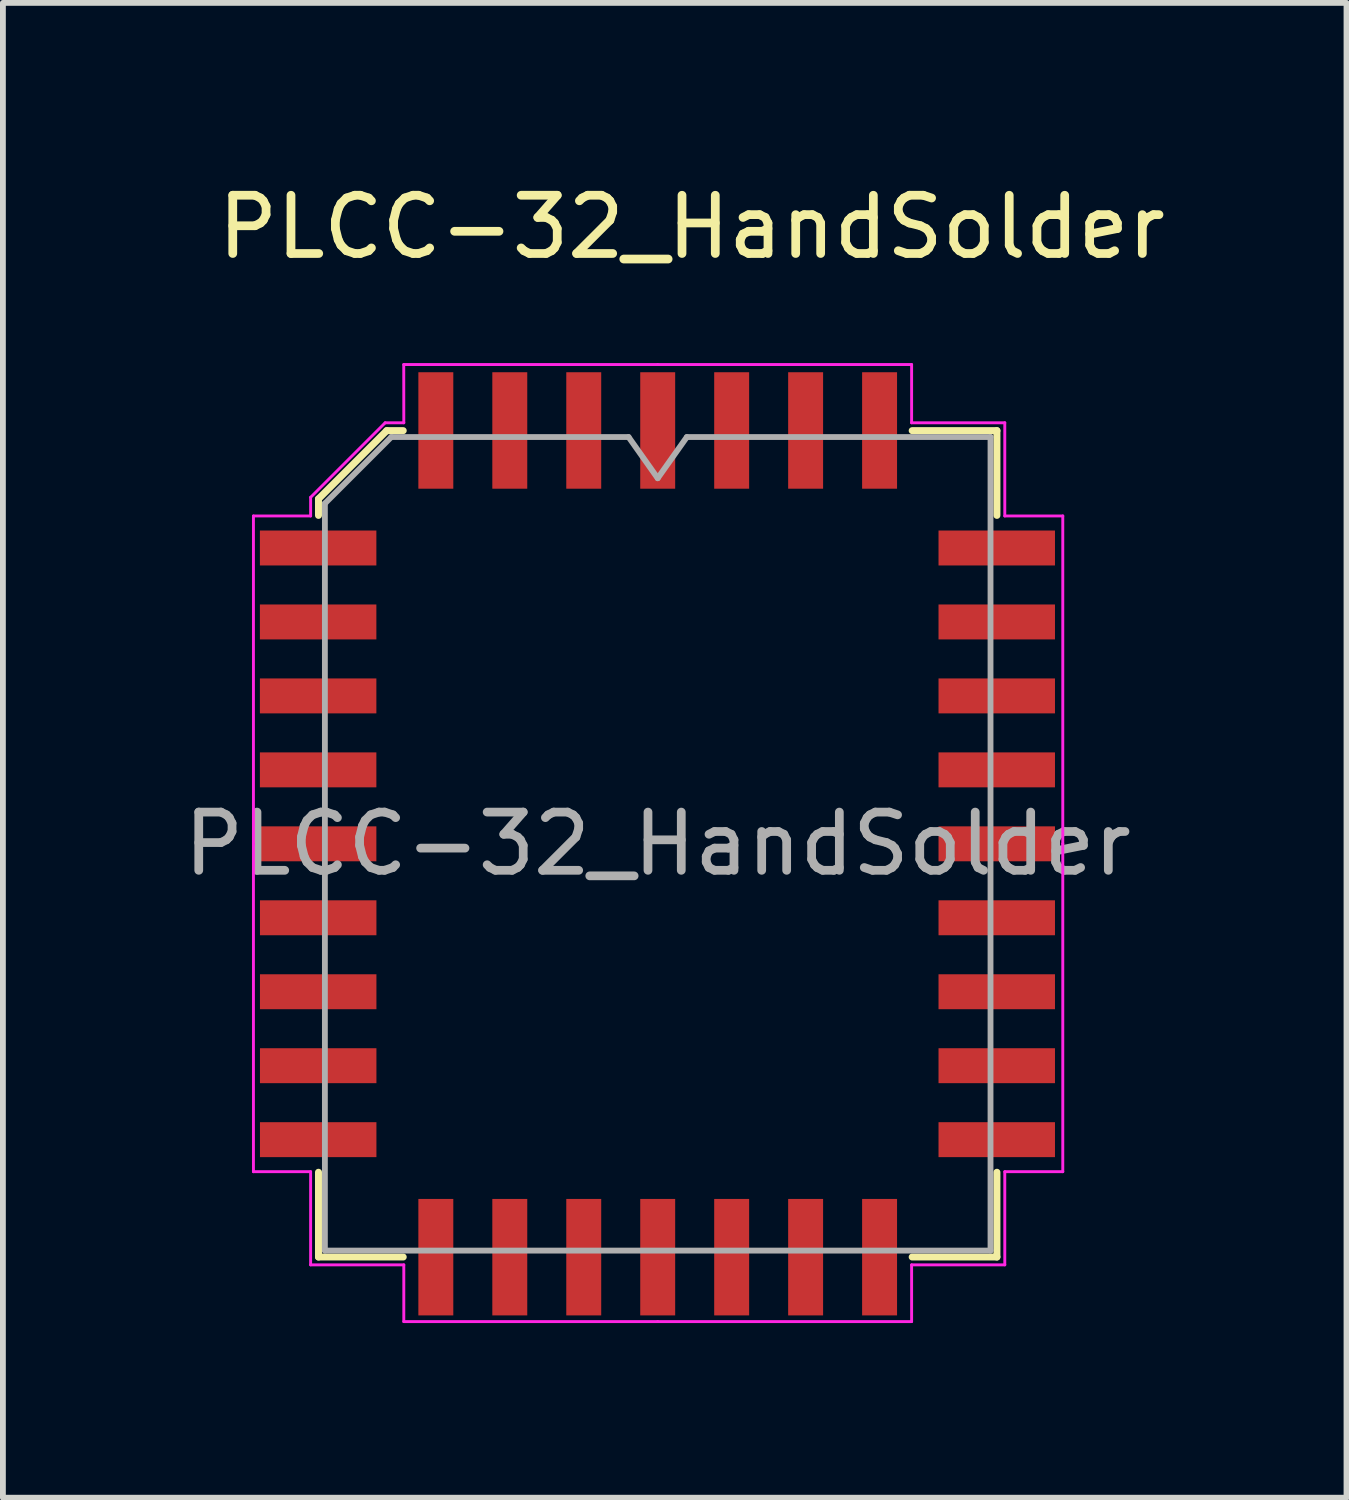
<source format=kicad_pcb>
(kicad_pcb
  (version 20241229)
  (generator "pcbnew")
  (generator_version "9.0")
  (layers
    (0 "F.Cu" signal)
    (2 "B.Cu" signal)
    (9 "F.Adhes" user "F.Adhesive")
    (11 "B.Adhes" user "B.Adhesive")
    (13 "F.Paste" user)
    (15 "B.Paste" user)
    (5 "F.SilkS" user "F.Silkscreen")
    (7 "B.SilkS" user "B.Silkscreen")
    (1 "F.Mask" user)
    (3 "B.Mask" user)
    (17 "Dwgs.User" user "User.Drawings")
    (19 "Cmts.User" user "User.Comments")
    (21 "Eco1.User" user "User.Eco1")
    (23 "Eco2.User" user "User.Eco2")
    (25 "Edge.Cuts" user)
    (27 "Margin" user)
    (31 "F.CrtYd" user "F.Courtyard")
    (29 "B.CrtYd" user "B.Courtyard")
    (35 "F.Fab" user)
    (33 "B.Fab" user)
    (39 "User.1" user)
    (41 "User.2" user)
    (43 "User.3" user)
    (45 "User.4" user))
  (footprint "PLCC-32_HandSolder"
    (layer "F.Cu")
    (at 8.244 11.44)
    (property "Reference" "PLCC-32_HandSolder" (at 0.584 -10.592 0) (layer "F.SilkS") (effects (font (size 1 1) (thickness 0.15))))
    (attr smd)
    (fp_line (start -5.825 -5.923) (end -5.825 -5.64) (stroke (width 0.12) (type solid)) (layer "F.SilkS"))
    (fp_line (start -5.825 7.095) (end -5.825 5.64) (stroke (width 0.12) (type solid)) (layer "F.SilkS"))
    (fp_line (start -4.653 -7.095) (end -5.825 -5.923) (stroke (width 0.12) (type solid)) (layer "F.SilkS"))
    (fp_line (start -4.37 -7.095) (end -4.653 -7.095) (stroke (width 0.12) (type solid)) (layer "F.SilkS"))
    (fp_line (start -4.37 7.095) (end -5.825 7.095) (stroke (width 0.12) (type solid)) (layer "F.SilkS"))
    (fp_line (start 4.37 -7.095) (end 5.825 -7.095) (stroke (width 0.12) (type solid)) (layer "F.SilkS"))
    (fp_line (start 4.37 7.095) (end 5.825 7.095) (stroke (width 0.12) (type solid)) (layer "F.SilkS"))
    (fp_line (start 5.825 -7.095) (end 5.825 -5.64) (stroke (width 0.12) (type solid)) (layer "F.SilkS"))
    (fp_line (start 5.825 7.095) (end 5.825 5.64) (stroke (width 0.12) (type solid)) (layer "F.SilkS"))
    (fp_line (start -6.942 -5.63) (end -6.942 0) (stroke (width 0.05) (type solid)) (layer "F.CrtYd"))
    (fp_line (start -6.942 5.63) (end -6.942 0) (stroke (width 0.05) (type solid)) (layer "F.CrtYd"))
    (fp_line (start -5.96 -5.95) (end -5.96 -5.63) (stroke (width 0.05) (type solid)) (layer "F.CrtYd"))
    (fp_line (start -5.96 -5.63) (end -6.942 -5.63) (stroke (width 0.05) (type solid)) (layer "F.CrtYd"))
    (fp_line (start -5.96 5.63) (end -6.942 5.63) (stroke (width 0.05) (type solid)) (layer "F.CrtYd"))
    (fp_line (start -5.96 7.23) (end -5.96 5.63) (stroke (width 0.05) (type solid)) (layer "F.CrtYd"))
    (fp_line (start -4.68 -7.23) (end -5.96 -5.95) (stroke (width 0.05) (type solid)) (layer "F.CrtYd"))
    (fp_line (start -4.361 -8.23) (end -4.36 -7.23) (stroke (width 0.05) (type solid)) (layer "F.CrtYd"))
    (fp_line (start -4.36 -7.23) (end -4.68 -7.23) (stroke (width 0.05) (type solid)) (layer "F.CrtYd"))
    (fp_line (start -4.36 7.23) (end -5.96 7.23) (stroke (width 0.05) (type solid)) (layer "F.CrtYd"))
    (fp_line (start -4.36 8.204) (end -4.36 7.23) (stroke (width 0.05) (type solid)) (layer "F.CrtYd"))
    (fp_line (start 0 -8.23) (end -4.361 -8.23) (stroke (width 0.05) (type solid)) (layer "F.CrtYd"))
    (fp_line (start 0 -8.23) (end 4.36 -8.23) (stroke (width 0.05) (type solid)) (layer "F.CrtYd"))
    (fp_line (start 0 8.204) (end -4.36 8.204) (stroke (width 0.05) (type solid)) (layer "F.CrtYd"))
    (fp_line (start 0 8.204) (end 4.36 8.204) (stroke (width 0.05) (type solid)) (layer "F.CrtYd"))
    (fp_line (start 4.36 -8.23) (end 4.36 -7.23) (stroke (width 0.05) (type solid)) (layer "F.CrtYd"))
    (fp_line (start 4.36 -7.23) (end 5.96 -7.23) (stroke (width 0.05) (type solid)) (layer "F.CrtYd"))
    (fp_line (start 4.36 7.23) (end 5.96 7.23) (stroke (width 0.05) (type solid)) (layer "F.CrtYd"))
    (fp_line (start 4.36 8.204) (end 4.36 7.23) (stroke (width 0.05) (type solid)) (layer "F.CrtYd"))
    (fp_line (start 5.96 -7.23) (end 5.96 -5.63) (stroke (width 0.05) (type solid)) (layer "F.CrtYd"))
    (fp_line (start 5.96 -5.63) (end 6.956 -5.63) (stroke (width 0.05) (type solid)) (layer "F.CrtYd"))
    (fp_line (start 5.96 5.63) (end 6.956 5.63) (stroke (width 0.05) (type solid)) (layer "F.CrtYd"))
    (fp_line (start 5.96 7.23) (end 5.96 5.63) (stroke (width 0.05) (type solid)) (layer "F.CrtYd"))
    (fp_line (start 6.956 -5.63) (end 6.956 0) (stroke (width 0.05) (type solid)) (layer "F.CrtYd"))
    (fp_line (start 6.956 5.63) (end 6.956 0) (stroke (width 0.05) (type solid)) (layer "F.CrtYd"))
    (fp_line (start -5.715 -5.845) (end -4.575 -6.985) (stroke (width 0.1) (type solid)) (layer "F.Fab"))
    (fp_line (start -5.715 6.985) (end -5.715 -5.845) (stroke (width 0.1) (type solid)) (layer "F.Fab"))
    (fp_line (start -4.575 -6.985) (end -0.5 -6.985) (stroke (width 0.1) (type solid)) (layer "F.Fab"))
    (fp_line (start -0.5 -6.985) (end 0 -6.278) (stroke (width 0.1) (type solid)) (layer "F.Fab"))
    (fp_line (start 0 -6.278) (end 0.5 -6.985) (stroke (width 0.1) (type solid)) (layer "F.Fab"))
    (fp_line (start 0.5 -6.985) (end 5.715 -6.985) (stroke (width 0.1) (type solid)) (layer "F.Fab"))
    (fp_line (start 5.715 -6.985) (end 5.715 6.985) (stroke (width 0.1) (type solid)) (layer "F.Fab"))
    (fp_line (start 5.715 6.985) (end -5.715 6.985) (stroke (width 0.1) (type solid)) (layer "F.Fab"))
    (fp_text user "${REFERENCE}" (at 0 0 0) (layer "F.Fab") (effects (font (size 1 1) (thickness 0.15))))
    (pad "1" smd rect (at 0 -7.098) (size 0.6 2) (layers "F.Cu" "F.Mask" "F.Paste"))
    (pad "2" smd rect (at -1.27 -7.098) (size 0.6 2) (layers "F.Cu" "F.Mask" "F.Paste"))
    (pad "3" smd rect (at -2.54 -7.098) (size 0.6 2) (layers "F.Cu" "F.Mask" "F.Paste"))
    (pad "4" smd rect (at -3.81 -7.098) (size 0.6 2) (layers "F.Cu" "F.Mask" "F.Paste"))
    (pad "5" smd rect (at -5.831 -5.08) (size 2 0.6) (layers "F.Cu" "F.Mask" "F.Paste"))
    (pad "6" smd rect (at -5.831 -3.81) (size 2 0.6) (layers "F.Cu" "F.Mask" "F.Paste"))
    (pad "7" smd rect (at -5.831 -2.54) (size 2 0.6) (layers "F.Cu" "F.Mask" "F.Paste"))
    (pad "8" smd rect (at -5.831 -1.27) (size 2 0.6) (layers "F.Cu" "F.Mask" "F.Paste"))
    (pad "9" smd rect (at -5.831 0) (size 2 0.6) (layers "F.Cu" "F.Mask" "F.Paste"))
    (pad "10" smd rect (at -5.83 1.27) (size 2 0.6) (layers "F.Cu" "F.Mask" "F.Paste"))
    (pad "11" smd rect (at -5.83 2.54) (size 2 0.6) (layers "F.Cu" "F.Mask" "F.Paste"))
    (pad "12" smd rect (at -5.83 3.81) (size 2 0.6) (layers "F.Cu" "F.Mask" "F.Paste"))
    (pad "13" smd rect (at -5.83 5.08) (size 2 0.6) (layers "F.Cu" "F.Mask" "F.Paste"))
    (pad "14" smd rect (at -3.81 7.098) (size 0.6 2) (layers "F.Cu" "F.Mask" "F.Paste"))
    (pad "15" smd rect (at -2.54 7.098) (size 0.6 2) (layers "F.Cu" "F.Mask" "F.Paste"))
    (pad "16" smd rect (at -1.27 7.098) (size 0.6 2) (layers "F.Cu" "F.Mask" "F.Paste"))
    (pad "17" smd rect (at 0 7.098) (size 0.6 2) (layers "F.Cu" "F.Mask" "F.Paste"))
    (pad "18" smd rect (at 1.27 7.098) (size 0.6 2) (layers "F.Cu" "F.Mask" "F.Paste"))
    (pad "19" smd rect (at 2.54 7.098) (size 0.6 2) (layers "F.Cu" "F.Mask" "F.Paste"))
    (pad "20" smd rect (at 3.81 7.098) (size 0.6 2) (layers "F.Cu" "F.Mask" "F.Paste"))
    (pad "21" smd rect (at 5.822 5.08) (size 2 0.6) (layers "F.Cu" "F.Mask" "F.Paste"))
    (pad "22" smd rect (at 5.822 3.81) (size 2 0.6) (layers "F.Cu" "F.Mask" "F.Paste"))
    (pad "23" smd rect (at 5.822 2.54) (size 2 0.6) (layers "F.Cu" "F.Mask" "F.Paste"))
    (pad "24" smd rect (at 5.822 1.27) (size 2 0.6) (layers "F.Cu" "F.Mask" "F.Paste"))
    (pad "25" smd rect (at 5.822 0) (size 2 0.6) (layers "F.Cu" "F.Mask" "F.Paste"))
    (pad "26" smd rect (at 5.822 -1.27) (size 2 0.6) (layers "F.Cu" "F.Mask" "F.Paste"))
    (pad "27" smd rect (at 5.822 -2.54) (size 2 0.6) (layers "F.Cu" "F.Mask" "F.Paste"))
    (pad "28" smd rect (at 5.822 -3.81) (size 2 0.6) (layers "F.Cu" "F.Mask" "F.Paste"))
    (pad "29" smd rect (at 5.822 -5.08) (size 2 0.6) (layers "F.Cu" "F.Mask" "F.Paste"))
    (pad "30" smd rect (at 3.81 -7.098) (size 0.6 2) (layers "F.Cu" "F.Mask" "F.Paste"))
    (pad "31" smd rect (at 2.54 -7.098) (size 0.6 2) (layers "F.Cu" "F.Mask" "F.Paste"))
    (pad "32" smd rect (at 1.27 -7.098) (size 0.6 2) (layers "F.Cu" "F.Mask" "F.Paste")))
  (gr_rect
    (start -3 -3)
    (end 20.072 22.669)
    (stroke (width 0.1) (type default))
    (fill no)
    (layer "Edge.Cuts")))
</source>
